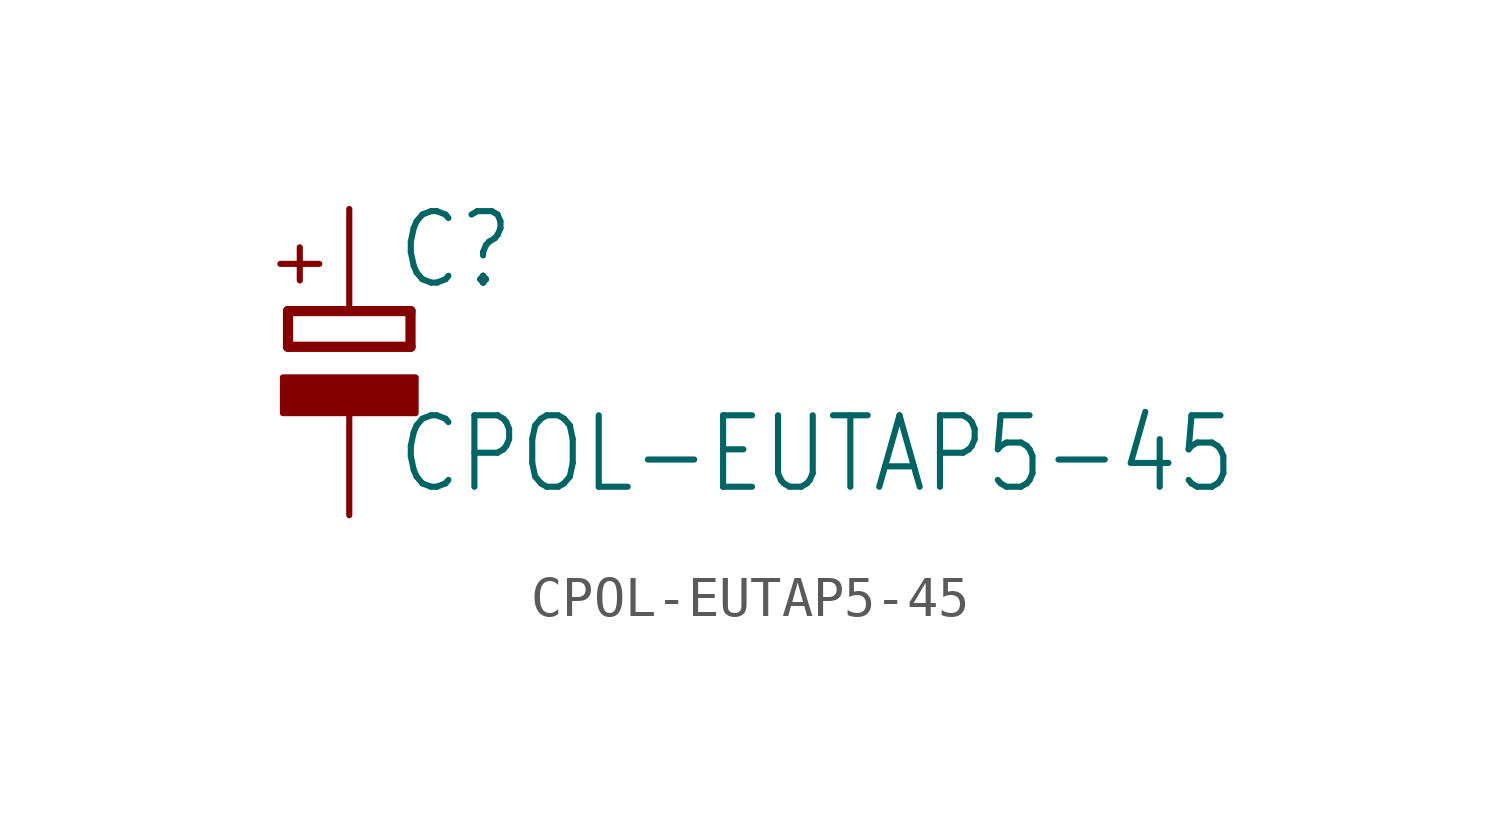
<source format=kicad_sym>
(kicad_symbol_lib
  (version 20211014)
  (generator kicad_symbol_editor)
  (symbol "CPOL-EUTAP5-45"
    (property "Reference" "C"
      (at 1.143 0.483 0)
      (effects (font (size 1.778 1.511)) (justify left bottom)))
    (property "Value" "CPOL-EUTAP5-45"
      (at 1.143 -4.597 0)
      (effects (font (size 1.778 1.511)) (justify left bottom)))
    (property "ki_locked" ""
      (at 0 0 0)
      (effects (font (size 1.27 1.27))))
    (symbol "CPOL-EUTAP5-45_1_0"
      (rectangle (start -1.651 -2.54) (end 1.651 -1.651) (stroke (width 0) (type default) (color 0 0 0 0)) (fill (type outline)))
      (polyline (pts (xy -1.524 -0.889) (xy 1.524 -0.889)) (stroke (width 0.254) (type default) (color 0 0 0 0)) (fill (type none)))
      (polyline (pts (xy -1.524 0) (xy -1.524 -0.889)) (stroke (width 0.254) (type default) (color 0 0 0 0)) (fill (type none)))
      (polyline (pts (xy -1.524 0) (xy 1.524 0)) (stroke (width 0.254) (type default) (color 0 0 0 0)) (fill (type none)))
      (polyline (pts (xy 1.524 -0.889) (xy 1.524 0)) (stroke (width 0.254) (type default) (color 0 0 0 0)) (fill (type none)))
      (text "+" (at -0.584 0.406 900) (effects (font (size 1.27 1.079)) (justify left bottom)))
      (pin passive line (at 0 2.54 270) (length 2.54) (name "+" (effects (font (size 0 0)))) (number "+" (effects (font (size 0 0)))))
      (pin passive line (at 0 -5.08 90) (length 2.54) (name "-" (effects (font (size 0 0)))) (number "-" (effects (font (size 0 0))))))))
</source>
